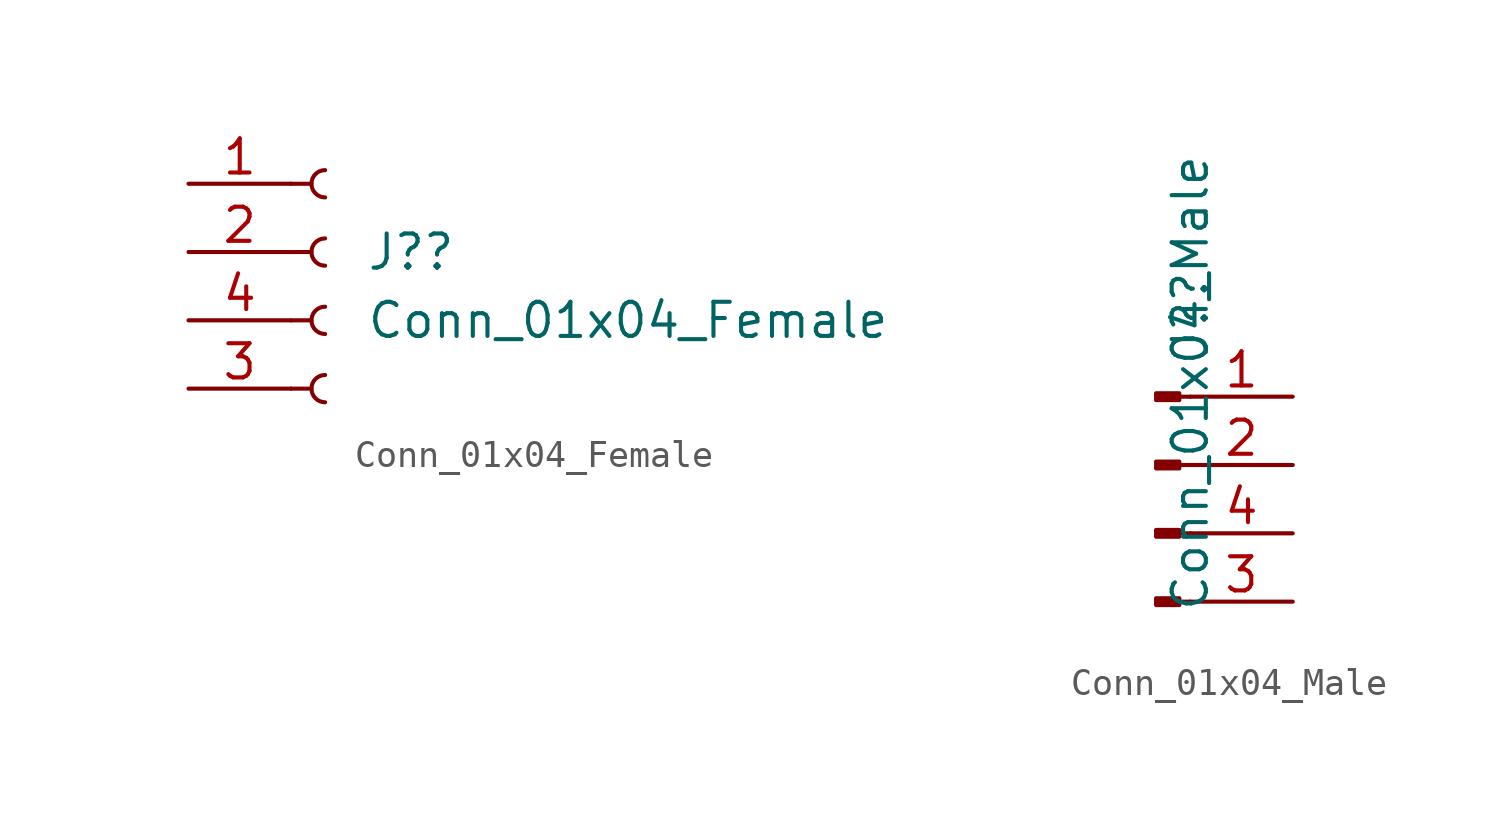
<source format=kicad_sym>
(kicad_symbol_lib
  (version 20211014)
  (generator kicad_symbol_editor)
  (symbol "Conn_01x04_Female"
    (pin_names
      (offset 1.016) hide)
    (property "Reference" "J?"
      (at 1.524 0.0001 0)
      (effects (font (size 1.27 1.27)) (justify left)))
    (property "Value" "Conn_01x04_Female"
      (at 1.524 -2.54 0)
      (effects (font (size 1.27 1.27)) (justify left)))
    (symbol "Conn_01x04_Female_1_1"
      (arc (start 0 -4.572) (mid -0.508 -5.08) (end 0 -5.588) (stroke (width 0.1524) (type default) (color 0 0 0 0)) (fill (type none)))
      (arc (start 0 -2.032) (mid -0.508 -2.54) (end 0 -3.048) (stroke (width 0.1524) (type default) (color 0 0 0 0)) (fill (type none)))
      (polyline (pts (xy -1.27 -5.08) (xy -0.508 -5.08)) (stroke (width 0.152) (type default) (color 0 0 0 0)) (fill (type none)))
      (polyline (pts (xy -1.27 -2.54) (xy -0.508 -2.54)) (stroke (width 0.152) (type default) (color 0 0 0 0)) (fill (type none)))
      (polyline (pts (xy -1.27 0) (xy -0.508 0)) (stroke (width 0.152) (type default) (color 0 0 0 0)) (fill (type none)))
      (polyline (pts (xy -1.27 2.54) (xy -0.508 2.54)) (stroke (width 0.152) (type default) (color 0 0 0 0)) (fill (type none)))
      (arc (start 0 0.508) (mid -0.508 0) (end 0 -0.508) (stroke (width 0.1524) (type default) (color 0 0 0 0)) (fill (type none)))
      (arc (start 0 3.048) (mid -0.508 2.54) (end 0 2.032) (stroke (width 0.1524) (type default) (color 0 0 0 0)) (fill (type none)))
      (pin passive line (at -5.08 2.54 0) (length 3.81) (name "Pin_1" (effects (font (size 1.27 1.27)))) (number "1" (effects (font (size 1.27 1.27)))))
      (pin passive line (at -5.08 0 0) (length 3.81) (name "Pin_2" (effects (font (size 1.27 1.27)))) (number "2" (effects (font (size 1.27 1.27)))))
      (pin passive line (at -5.08 -5.08 0) (length 3.81) (name "Pin_4" (effects (font (size 1.27 1.27)))) (number "3" (effects (font (size 1.27 1.27)))))
      (pin passive line (at -5.08 -2.54 0) (length 3.81) (name "Pin_3" (effects (font (size 1.27 1.27)))) (number "4" (effects (font (size 1.27 1.27)))))))
  (symbol "Conn_01x04_Male"
    (pin_names
      (offset 1.016) hide)
    (property "Reference" "J?"
      (at 1.27 5.588 90)
      (effects (font (size 1.27 1.27))))
    (property "Value" "Conn_01x04_Male"
      (at 1.27 3.048 90)
      (effects (font (size 1.27 1.27))))
    (symbol "Conn_01x04_Male_1_1"
      (polyline (pts (xy 1.27 -5.08) (xy 0.864 -5.08)) (stroke (width 0.152) (type default) (color 0 0 0 0)) (fill (type none)))
      (polyline (pts (xy 1.27 -2.54) (xy 0.864 -2.54)) (stroke (width 0.152) (type default) (color 0 0 0 0)) (fill (type none)))
      (polyline (pts (xy 1.27 0) (xy 0.864 0)) (stroke (width 0.152) (type default) (color 0 0 0 0)) (fill (type none)))
      (polyline (pts (xy 1.27 2.54) (xy 0.864 2.54)) (stroke (width 0.152) (type default) (color 0 0 0 0)) (fill (type none)))
      (rectangle (start 0.864 -4.953) (end 0 -5.207) (stroke (width 0.152) (type default) (color 0 0 0 0)) (fill (type outline)))
      (rectangle (start 0.864 -2.413) (end 0 -2.667) (stroke (width 0.152) (type default) (color 0 0 0 0)) (fill (type outline)))
      (rectangle (start 0.864 0.127) (end 0 -0.127) (stroke (width 0.152) (type default) (color 0 0 0 0)) (fill (type outline)))
      (rectangle (start 0.864 2.667) (end 0 2.413) (stroke (width 0.152) (type default) (color 0 0 0 0)) (fill (type outline)))
      (pin passive line (at 5.08 2.54 180) (length 3.81) (name "Pin_1" (effects (font (size 1.27 1.27)))) (number "1" (effects (font (size 1.27 1.27)))))
      (pin passive line (at 5.08 0 180) (length 3.81) (name "Pin_2" (effects (font (size 1.27 1.27)))) (number "2" (effects (font (size 1.27 1.27)))))
      (pin passive line (at 5.08 -5.08 180) (length 3.81) (name "Pin_4" (effects (font (size 1.27 1.27)))) (number "3" (effects (font (size 1.27 1.27)))))
      (pin passive line (at 5.08 -2.54 180) (length 3.81) (name "Pin_3" (effects (font (size 1.27 1.27)))) (number "4" (effects (font (size 1.27 1.27))))))))
</source>
